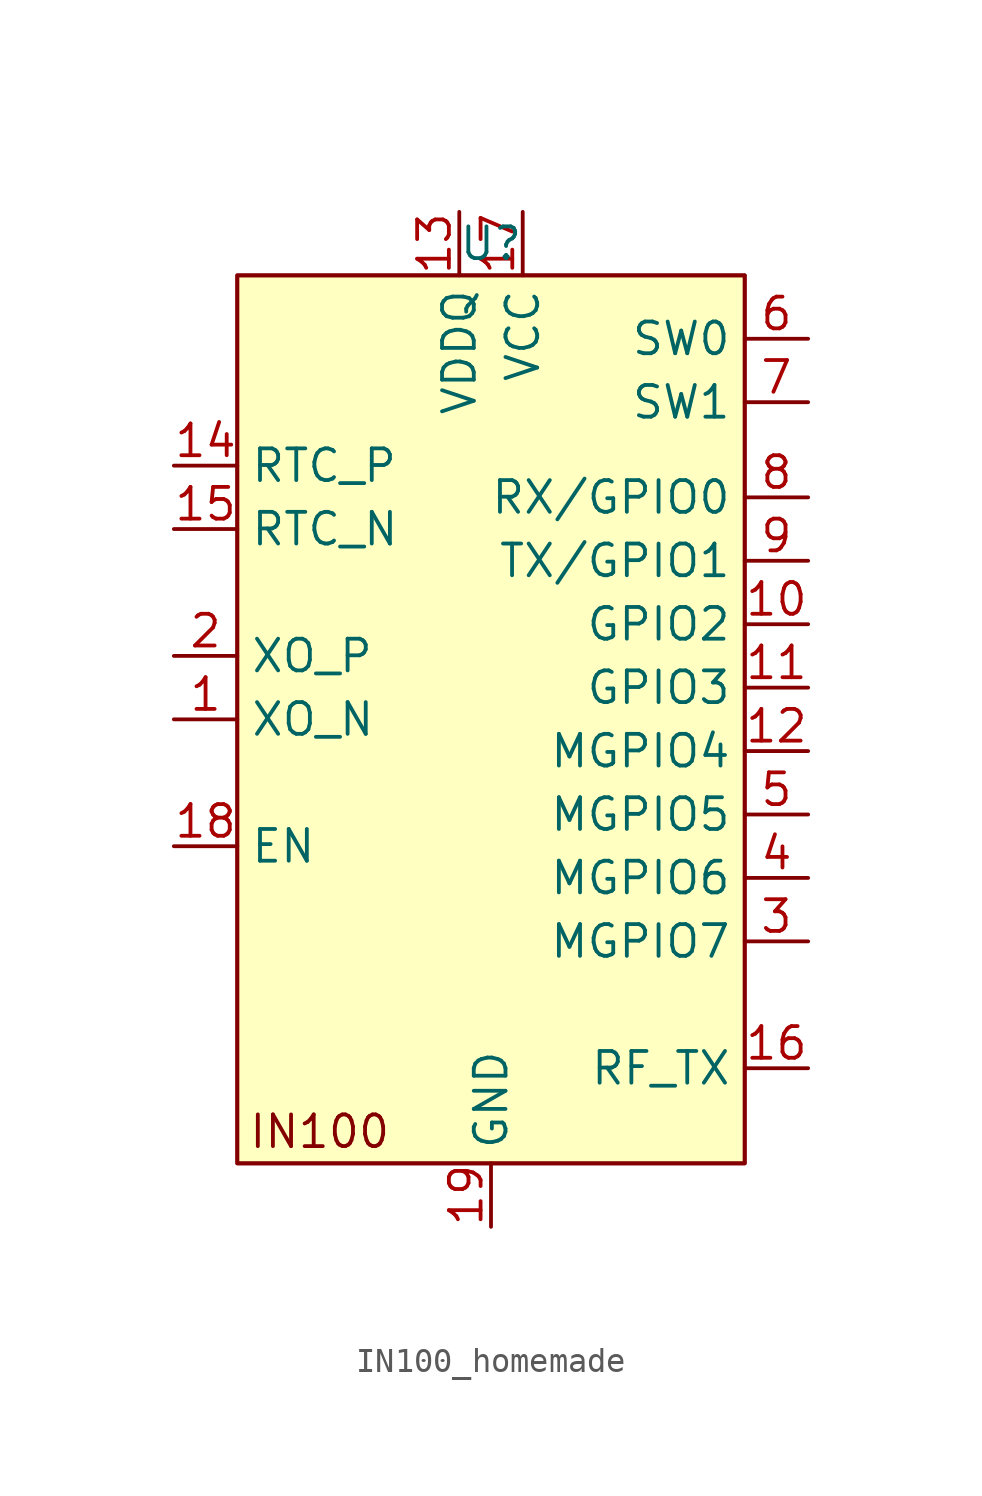
<source format=kicad_sym>
(kicad_symbol_lib
  (version 20241209)
  (generator "kicad_symbol_editor")
  (generator_version "9.0")
  (symbol "IN100_homemade"
    (property "Reference" "U"
      (at 0 0 0)
      (effects (font (size 1.27 1.27))))
    (property "Value" ""
      (at 0 0 0)
      (effects (font (size 1.27 1.27))))
    (symbol "IN100_homemade_0_1"
      (rectangle (start -10.16 -1.27) (end 10.16 -36.83) (stroke (width 0) (type default)) (fill (type none))))
    (symbol "IN100_homemade_1_1"
      (rectangle (start -10.16 -1.27) (end 10.16 -36.83) (stroke (width 0) (type solid)) (fill (type background)))
      (text "IN100" (at -6.858 -35.56 0) (effects (font (size 1.27 1.27))))
      (pin input line (at -12.7 -8.89 0) (length 2.54) (name "RTC_P" (effects (font (size 1.27 1.27)))) (number "14" (effects (font (size 1.27 1.27)))))
      (pin input line (at -12.7 -11.43 0) (length 2.54) (name "RTC_N" (effects (font (size 1.27 1.27)))) (number "15" (effects (font (size 1.27 1.27)))))
      (pin input line (at -12.7 -16.51 0) (length 2.54) (name "XO_P" (effects (font (size 1.27 1.27)))) (number "2" (effects (font (size 1.27 1.27)))))
      (pin input line (at -12.7 -19.05 0) (length 2.54) (name "XO_N" (effects (font (size 1.27 1.27)))) (number "1" (effects (font (size 1.27 1.27)))))
      (pin input line (at -12.7 -24.13 0) (length 2.54) (name "EN" (effects (font (size 1.27 1.27)))) (number "18" (effects (font (size 1.27 1.27)))))
      (pin input line (at -1.27 1.27 270) (length 2.54) (name "VDDQ" (effects (font (size 1.27 1.27)))) (number "13" (effects (font (size 1.27 1.27)))))
      (pin input line (at 0 -39.37 90) (length 2.54) (name "GND" (effects (font (size 1.27 1.27)))) (number "19" (effects (font (size 1.27 1.27)))))
      (pin input line (at 1.27 1.27 270) (length 2.54) (name "VCC" (effects (font (size 1.27 1.27)))) (number "17" (effects (font (size 1.27 1.27)))))
      (pin output line (at 12.7 -3.81 180) (length 2.54) (name "SW0" (effects (font (size 1.27 1.27)))) (number "6" (effects (font (size 1.27 1.27)))))
      (pin output line (at 12.7 -6.35 180) (length 2.54) (name "SW1" (effects (font (size 1.27 1.27)))) (number "7" (effects (font (size 1.27 1.27)))))
      (pin bidirectional line (at 12.7 -10.16 180) (length 2.54) (name "RX/GPIO0" (effects (font (size 1.27 1.27)))) (number "8" (effects (font (size 1.27 1.27)))))
      (pin bidirectional line (at 12.7 -12.7 180) (length 2.54) (name "TX/GPIO1" (effects (font (size 1.27 1.27)))) (number "9" (effects (font (size 1.27 1.27)))))
      (pin bidirectional line (at 12.7 -15.24 180) (length 2.54) (name "GPIO2" (effects (font (size 1.27 1.27)))) (number "10" (effects (font (size 1.27 1.27)))))
      (pin bidirectional line (at 12.7 -17.78 180) (length 2.54) (name "GPIO3" (effects (font (size 1.27 1.27)))) (number "11" (effects (font (size 1.27 1.27)))))
      (pin bidirectional line (at 12.7 -20.32 180) (length 2.54) (name "MGPIO4" (effects (font (size 1.27 1.27)))) (number "12" (effects (font (size 1.27 1.27)))))
      (pin bidirectional line (at 12.7 -22.86 180) (length 2.54) (name "MGPIO5" (effects (font (size 1.27 1.27)))) (number "5" (effects (font (size 1.27 1.27)))))
      (pin bidirectional line (at 12.7 -25.4 180) (length 2.54) (name "MGPIO6" (effects (font (size 1.27 1.27)))) (number "4" (effects (font (size 1.27 1.27)))))
      (pin bidirectional line (at 12.7 -27.94 180) (length 2.54) (name "MGPIO7" (effects (font (size 1.27 1.27)))) (number "3" (effects (font (size 1.27 1.27)))))
      (pin output line (at 12.7 -33.02 180) (length 2.54) (name "RF_TX" (effects (font (size 1.27 1.27)))) (number "16" (effects (font (size 1.27 1.27))))))))
</source>
